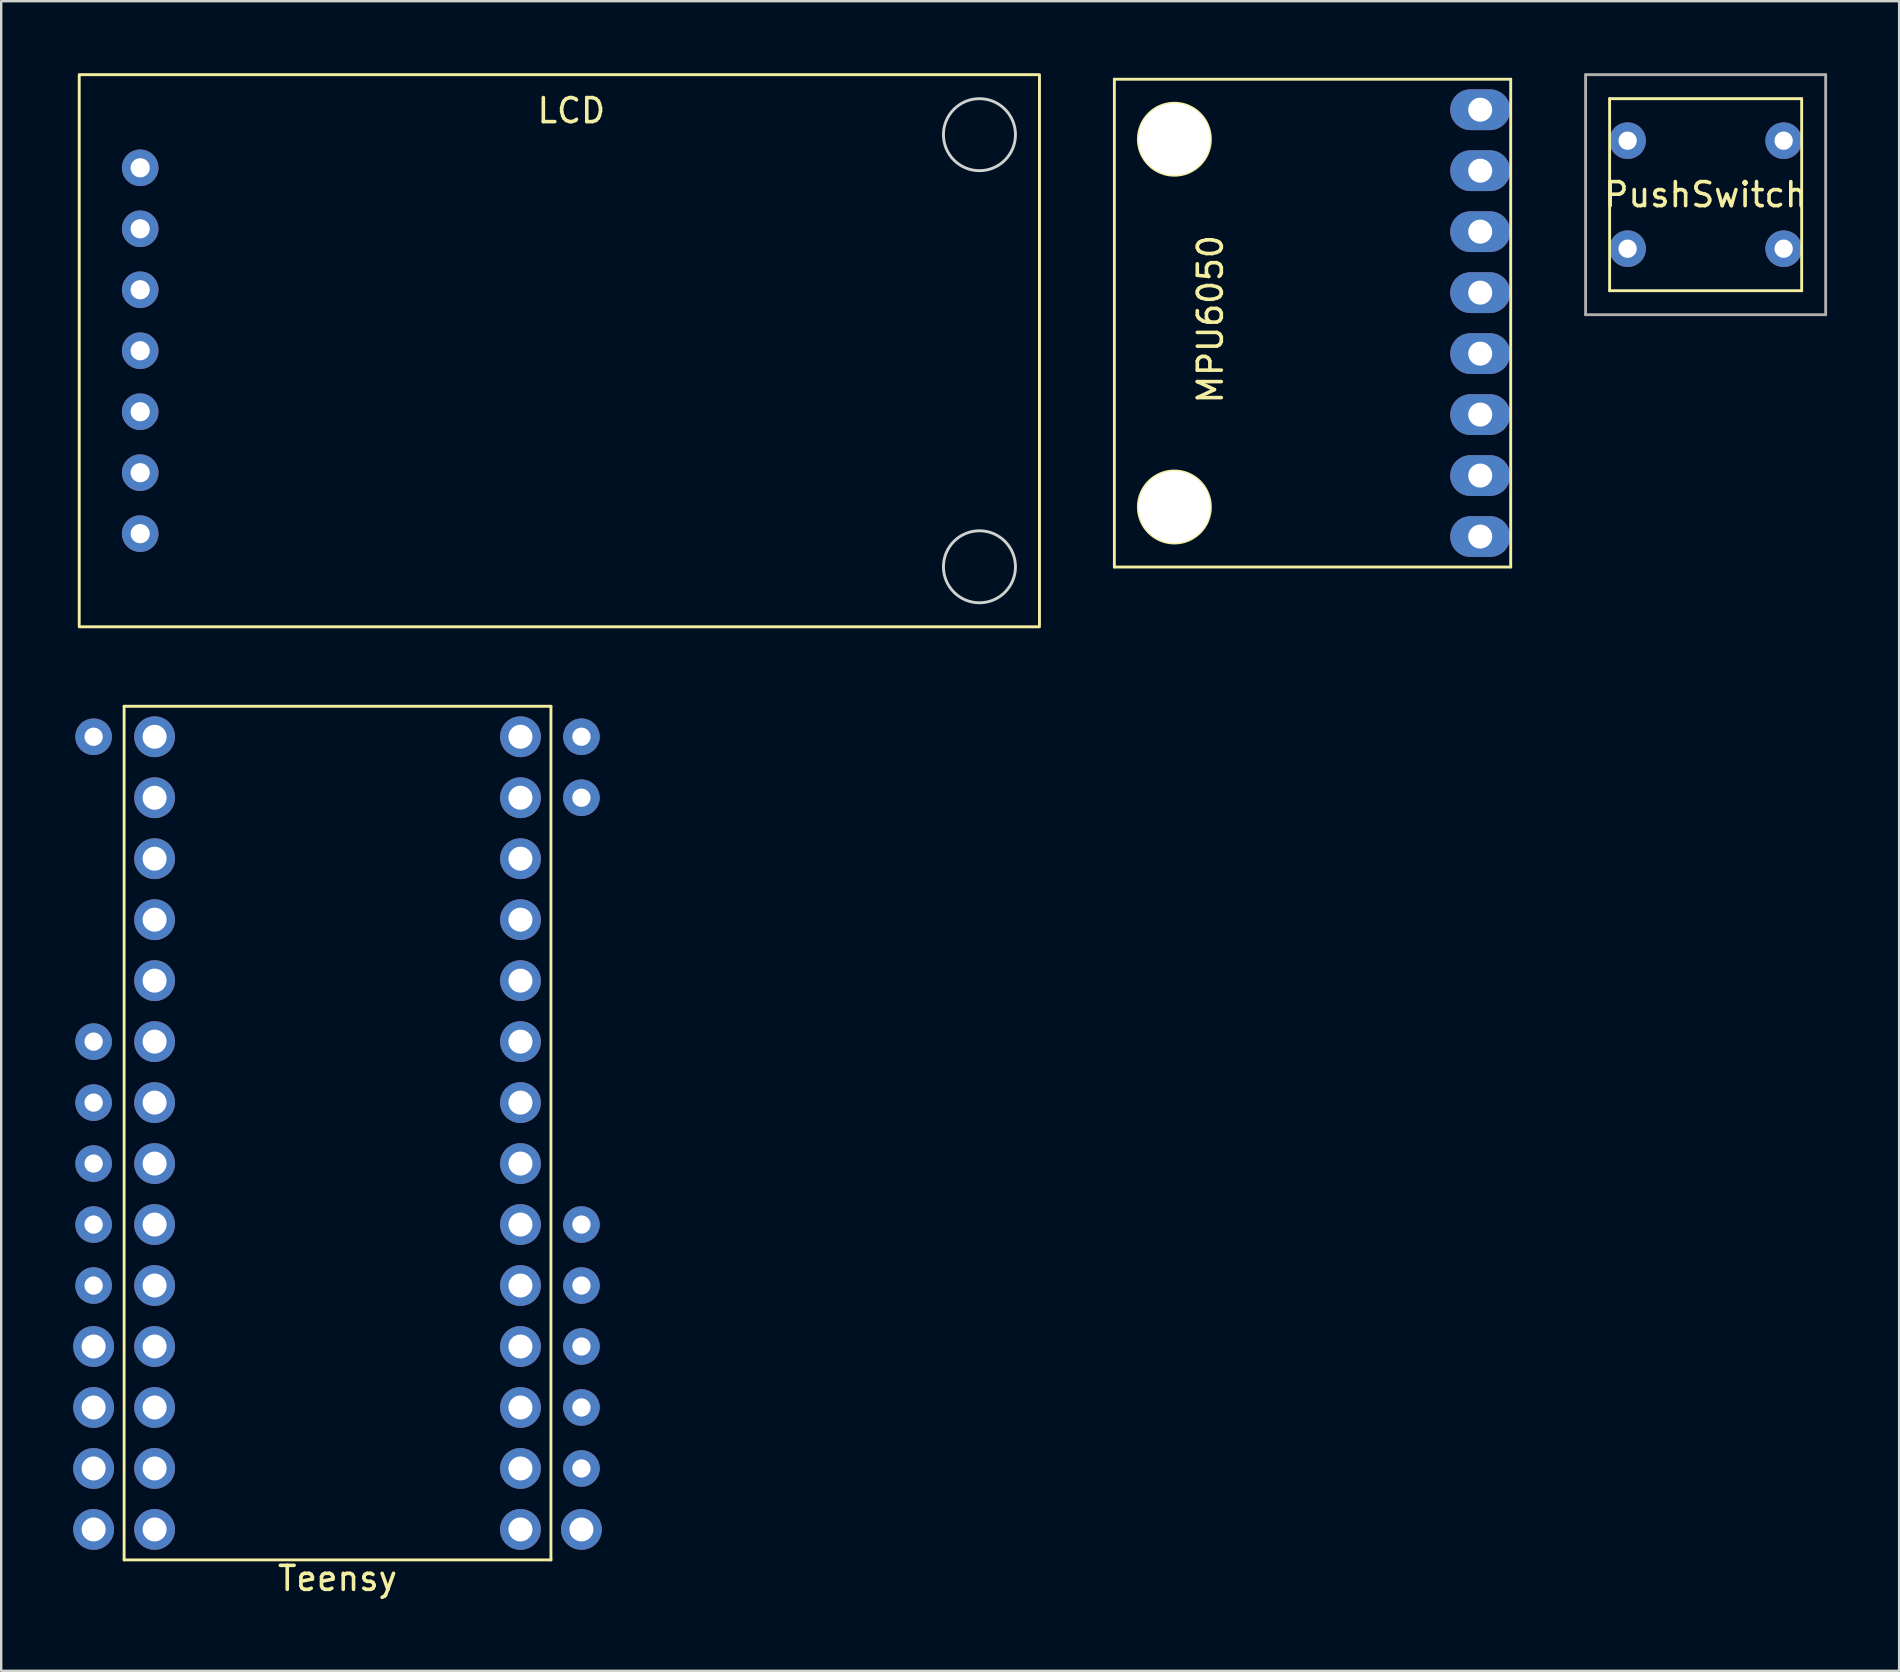
<source format=kicad_pcb>
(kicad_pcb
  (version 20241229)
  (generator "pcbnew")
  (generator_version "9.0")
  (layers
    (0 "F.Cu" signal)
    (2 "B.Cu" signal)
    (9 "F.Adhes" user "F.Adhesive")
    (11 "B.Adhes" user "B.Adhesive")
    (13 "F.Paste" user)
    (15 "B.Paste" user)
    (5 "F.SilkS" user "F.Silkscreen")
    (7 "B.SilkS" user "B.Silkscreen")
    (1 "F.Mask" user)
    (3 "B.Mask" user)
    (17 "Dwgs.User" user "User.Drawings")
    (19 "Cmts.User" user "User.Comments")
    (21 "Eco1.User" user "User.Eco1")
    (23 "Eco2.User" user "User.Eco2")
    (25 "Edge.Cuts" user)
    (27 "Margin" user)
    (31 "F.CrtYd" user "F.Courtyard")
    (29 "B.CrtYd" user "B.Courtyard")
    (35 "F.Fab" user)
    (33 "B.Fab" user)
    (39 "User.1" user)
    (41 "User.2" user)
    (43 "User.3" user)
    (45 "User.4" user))
  (footprint "PushSwitch"
    (layer "F.Cu")
    (at 68 5.06)
    (property "Reference" "PushSwitch" (at 0 0 0) (layer "F.SilkS") (effects (font (size 1 1) (thickness 0.15))))
    (attr through_hole)
    (fp_line (start -4 -4) (end -4 4) (stroke (width 0.12) (type solid)) (layer "F.SilkS"))
    (fp_line (start -4 4) (end 4 4) (stroke (width 0.12) (type solid)) (layer "F.SilkS"))
    (fp_line (start 4 -4) (end -4 -4) (stroke (width 0.12) (type solid)) (layer "F.SilkS"))
    (fp_line (start 4 4) (end 4 -4) (stroke (width 0.12) (type solid)) (layer "F.SilkS"))
    (fp_line (start -5 -5) (end -5 5) (stroke (width 0.12) (type solid)) (layer "F.Fab"))
    (fp_line (start -5 5) (end 5 5) (stroke (width 0.12) (type solid)) (layer "F.Fab"))
    (fp_line (start 5 -5) (end -5 -5) (stroke (width 0.12) (type solid)) (layer "F.Fab"))
    (fp_line (start 5 5) (end 5 -5) (stroke (width 0.12) (type solid)) (layer "F.Fab"))
    (pad "1" thru_hole circle (at -3.25 -2.25) (size 1.524 1.524) (drill 0.762) (layers "*.Cu" "*.Mask"))
    (pad "1" thru_hole circle (at 3.25 -2.25) (size 1.524 1.524) (drill 0.762) (layers "*.Cu" "*.Mask"))
    (pad "2" thru_hole circle (at -3.25 2.25) (size 1.524 1.524) (drill 0.762) (layers "*.Cu" "*.Mask"))
    (pad "2" thru_hole circle (at 3.25 2.25) (size 1.524 1.524) (drill 0.762) (layers "*.Cu" "*.Mask")))
  (footprint "LCD"
    (layer "F.Cu")
    (at 0.25 23.06)
    (property "Reference" "LCD" (at 20.5 -21.5 0) (unlocked yes) (layer "F.SilkS") (effects (font (size 1 1) (thickness 0.15))))
    (attr through_hole)
    (fp_rect (start 0 0) (end 40 -23) (stroke (width 0.12) (type solid)) (fill no) (layer "F.SilkS"))
    (fp_circle (center 37.5 -20.5) (end 39 -20.5) (stroke (width 0.12) (type solid)) (fill no) (layer "Edge.Cuts"))
    (fp_circle (center 37.5 -2.5) (end 39 -2.5) (stroke (width 0.12) (type solid)) (fill no) (layer "Edge.Cuts"))
    (pad "1" thru_hole circle (at 2.54 -19.12) (size 1.524 1.524) (drill 0.8) (layers "*.Cu" "*.Mask"))
    (pad "2" thru_hole circle (at 2.54 -16.58) (size 1.524 1.524) (drill 0.8) (layers "*.Cu" "*.Mask"))
    (pad "3" thru_hole circle (at 2.54 -14.04) (size 1.524 1.524) (drill 0.8) (layers "*.Cu" "*.Mask"))
    (pad "4" thru_hole circle (at 2.54 -11.5) (size 1.524 1.524) (drill 0.8) (layers "*.Cu" "*.Mask"))
    (pad "5" thru_hole circle (at 2.54 -8.96) (size 1.524 1.524) (drill 0.8) (layers "*.Cu" "*.Mask"))
    (pad "6" thru_hole circle (at 2.54 -6.42) (size 1.524 1.524) (drill 0.8) (layers "*.Cu" "*.Mask"))
    (pad "7" thru_hole circle (at 2.54 -3.88) (size 1.524 1.524) (drill 0.8) (layers "*.Cu" "*.Mask")))
  (footprint "MPU6050"
    (layer "F.Cu")
    (at 58.61 0.25)
    (property "Reference" "MPU6050" (at -11.24 10 90) (layer "F.SilkS") (effects (font (size 1 1) (thickness 0.15))))
    (attr through_hole)
    (fp_line (start -15.24 0) (end -15.24 20.32) (stroke (width 0.12) (type solid)) (layer "F.SilkS"))
    (fp_line (start -15.24 20.32) (end 1.27 20.32) (stroke (width 0.12) (type solid)) (layer "F.SilkS"))
    (fp_line (start 1.27 0) (end -15.24 0) (stroke (width 0.12) (type solid)) (layer "F.SilkS"))
    (fp_line (start 1.27 20.32) (end 1.27 0) (stroke (width 0.12) (type solid)) (layer "F.SilkS"))
    (fp_circle (center -12.74 2.5) (end -14.24 2.5) (stroke (width 0.12) (type solid)) (fill no) (layer "F.SilkS"))
    (fp_circle (center -12.74 17.82) (end -14.24 17.82) (stroke (width 0.12) (type solid)) (fill no) (layer "F.SilkS"))
    (pad "" thru_hole circle (at -12.74 2.5) (size 3 3) (drill 3) (layers "*.Cu" "*.Mask"))
    (pad "" thru_hole circle (at -12.74 17.82) (size 3 3) (drill 3) (layers "*.Cu" "*.Mask"))
    (pad "1" thru_hole oval (at 0 1.27) (size 2.5 1.7) (drill 1) (layers "*.Cu" "*.Mask"))
    (pad "2" thru_hole oval (at 0 3.81) (size 2.5 1.7) (drill 1) (layers "*.Cu" "*.Mask"))
    (pad "3" thru_hole oval (at 0 6.35) (size 2.5 1.7) (drill 1) (layers "*.Cu" "*.Mask"))
    (pad "4" thru_hole oval (at 0 8.89) (size 2.5 1.7) (drill 1) (layers "*.Cu" "*.Mask"))
    (pad "5" thru_hole oval (at 0 11.43) (size 2.5 1.7) (drill 1) (layers "*.Cu" "*.Mask"))
    (pad "6" thru_hole oval (at 0 13.97) (size 2.5 1.7) (drill 1) (layers "*.Cu" "*.Mask"))
    (pad "7" thru_hole oval (at 0 16.51) (size 2.5 1.7) (drill 1) (layers "*.Cu" "*.Mask"))
    (pad "8" thru_hole oval (at 0 19.05) (size 2.5 1.7) (drill 1) (layers "*.Cu" "*.Mask")))
  (footprint "Teensy"
    (layer "F.Cu")
    (at 11.01 43.69)
    (property "Reference" "Teensy" (at 0 19.01 180) (layer "F.SilkS") (effects (font (size 1 1) (thickness 0.15))))
    (attr through_hole)
    (fp_line (start -8.89 -17.32) (end -8.89 18.24) (stroke (width 0.12) (type solid)) (layer "F.SilkS"))
    (fp_line (start -8.89 18.24) (end 8.89 18.24) (stroke (width 0.12) (type solid)) (layer "F.SilkS"))
    (fp_line (start 8.89 -17.32) (end -8.89 -17.32) (stroke (width 0.12) (type solid)) (layer "F.SilkS"))
    (fp_line (start 8.89 18.24) (end 8.89 -17.32) (stroke (width 0.12) (type solid)) (layer "F.SilkS"))
    (pad "1" thru_hole circle (at -7.62 -16.05 180) (size 1.7 1.7) (drill 1) (layers "*.Cu" "*.Mask"))
    (pad "2" thru_hole circle (at -7.62 -13.51 180) (size 1.7 1.7) (drill 1) (layers "*.Cu" "*.Mask"))
    (pad "3" thru_hole circle (at -7.62 -10.97 180) (size 1.7 1.7) (drill 1) (layers "*.Cu" "*.Mask"))
    (pad "4" thru_hole circle (at -7.62 -8.43 180) (size 1.7 1.7) (drill 1) (layers "*.Cu" "*.Mask"))
    (pad "5" thru_hole circle (at -7.62 -5.89 180) (size 1.7 1.7) (drill 1) (layers "*.Cu" "*.Mask"))
    (pad "6" thru_hole circle (at -7.62 -3.35 180) (size 1.7 1.7) (drill 1) (layers "*.Cu" "*.Mask"))
    (pad "7" thru_hole circle (at -7.62 -0.81 180) (size 1.7 1.7) (drill 1) (layers "*.Cu" "*.Mask"))
    (pad "8" thru_hole circle (at -7.62 1.73 180) (size 1.7 1.7) (drill 1) (layers "*.Cu" "*.Mask"))
    (pad "9" thru_hole circle (at -7.62 4.27 180) (size 1.7 1.7) (drill 1) (layers "*.Cu" "*.Mask"))
    (pad "10" thru_hole circle (at -7.62 6.81 180) (size 1.7 1.7) (drill 1) (layers "*.Cu" "*.Mask"))
    (pad "11" thru_hole circle (at -7.62 9.35 180) (size 1.7 1.7) (drill 1) (layers "*.Cu" "*.Mask"))
    (pad "12" thru_hole circle (at -7.62 11.89 180) (size 1.7 1.7) (drill 1) (layers "*.Cu" "*.Mask"))
    (pad "13" thru_hole circle (at -7.62 14.43 180) (size 1.7 1.7) (drill 1) (layers "*.Cu" "*.Mask"))
    (pad "14" thru_hole circle (at -7.62 16.97 180) (size 1.7 1.7) (drill 1) (layers "*.Cu" "*.Mask"))
    (pad "15" thru_hole circle (at 10.16 16.97 180) (size 1.7 1.7) (drill 1) (layers "*.Cu" "*.Mask"))
    (pad "16" thru_hole circle (at -10.16 9.35 180) (size 1.7 1.7) (drill 1) (layers "*.Cu" "*.Mask"))
    (pad "17" thru_hole circle (at -10.16 11.89 180) (size 1.7 1.7) (drill 1) (layers "*.Cu" "*.Mask"))
    (pad "18" thru_hole circle (at -10.16 14.43 180) (size 1.7 1.7) (drill 1) (layers "*.Cu" "*.Mask"))
    (pad "19" thru_hole circle (at -10.16 16.97 180) (size 1.7 1.7) (drill 1) (layers "*.Cu" "*.Mask"))
    (pad "20" thru_hole circle (at 7.62 16.97 180) (size 1.7 1.7) (drill 1) (layers "*.Cu" "*.Mask"))
    (pad "21" thru_hole circle (at 7.62 14.43 180) (size 1.7 1.7) (drill 1) (layers "*.Cu" "*.Mask"))
    (pad "22" thru_hole circle (at 7.62 11.89 180) (size 1.7 1.7) (drill 1) (layers "*.Cu" "*.Mask"))
    (pad "23" thru_hole circle (at 7.62 9.35 180) (size 1.7 1.7) (drill 1) (layers "*.Cu" "*.Mask"))
    (pad "24" thru_hole circle (at 7.62 6.81 180) (size 1.7 1.7) (drill 1) (layers "*.Cu" "*.Mask"))
    (pad "25" thru_hole circle (at 7.62 4.27 180) (size 1.7 1.7) (drill 1) (layers "*.Cu" "*.Mask"))
    (pad "26" thru_hole circle (at 7.62 1.73 180) (size 1.7 1.7) (drill 1) (layers "*.Cu" "*.Mask"))
    (pad "27" thru_hole circle (at 7.62 -0.81 180) (size 1.7 1.7) (drill 1) (layers "*.Cu" "*.Mask"))
    (pad "28" thru_hole circle (at 7.62 -3.35 180) (size 1.7 1.7) (drill 1) (layers "*.Cu" "*.Mask"))
    (pad "29" thru_hole circle (at 7.62 -5.89 180) (size 1.7 1.7) (drill 1) (layers "*.Cu" "*.Mask"))
    (pad "30" thru_hole circle (at 7.62 -8.43 180) (size 1.7 1.7) (drill 1) (layers "*.Cu" "*.Mask"))
    (pad "31" thru_hole circle (at 7.62 -10.97 180) (size 1.7 1.7) (drill 1) (layers "*.Cu" "*.Mask"))
    (pad "32" thru_hole circle (at 7.62 -13.51 180) (size 1.7 1.7) (drill 1) (layers "*.Cu" "*.Mask"))
    (pad "33" thru_hole circle (at 7.62 -16.05 180) (size 1.7 1.7) (drill 1) (layers "*.Cu" "*.Mask"))
    (pad "34" thru_hole circle (at 10.16 -16.05) (size 1.524 1.524) (drill 0.762) (layers "*.Cu" "*.Mask"))
    (pad "35" thru_hole circle (at -10.16 6.81) (size 1.524 1.524) (drill 0.762) (layers "*.Cu" "*.Mask"))
    (pad "36" thru_hole circle (at -10.16 -0.81) (size 1.524 1.524) (drill 0.762) (layers "*.Cu" "*.Mask"))
    (pad "37" thru_hole circle (at -10.16 1.73) (size 1.524 1.524) (drill 0.762) (layers "*.Cu" "*.Mask"))
    (pad "38" thru_hole circle (at -10.16 -3.35) (size 1.524 1.524) (drill 0.762) (layers "*.Cu" "*.Mask"))
    (pad "39" thru_hole circle (at -10.16 4.27) (size 1.524 1.524) (drill 0.762) (layers "*.Cu" "*.Mask"))
    (pad "40" thru_hole circle (at 10.16 4.27) (size 1.524 1.524) (drill 0.762) (layers "*.Cu" "*.Mask"))
    (pad "41" thru_hole circle (at 10.16 14.43) (size 1.524 1.524) (drill 0.762) (layers "*.Cu" "*.Mask"))
    (pad "42" thru_hole circle (at 10.16 6.81) (size 1.524 1.524) (drill 0.762) (layers "*.Cu" "*.Mask"))
    (pad "43" thru_hole circle (at 10.16 11.89) (size 1.524 1.524) (drill 0.762) (layers "*.Cu" "*.Mask"))
    (pad "44" thru_hole circle (at 10.16 9.35) (size 1.524 1.524) (drill 0.762) (layers "*.Cu" "*.Mask"))
    (pad "45" thru_hole circle (at -10.16 -16.05) (size 1.524 1.524) (drill 0.762) (layers "*.Cu" "*.Mask"))
    (pad "46" thru_hole circle (at 10.16 -13.51) (size 1.524 1.524) (drill 0.762) (layers "*.Cu" "*.Mask")))
  (gr_rect
    (start -3 -3)
    (end 76.06 66.548)
    (stroke (width 0.1) (type default))
    (fill no)
    (layer "Edge.Cuts")))
</source>
